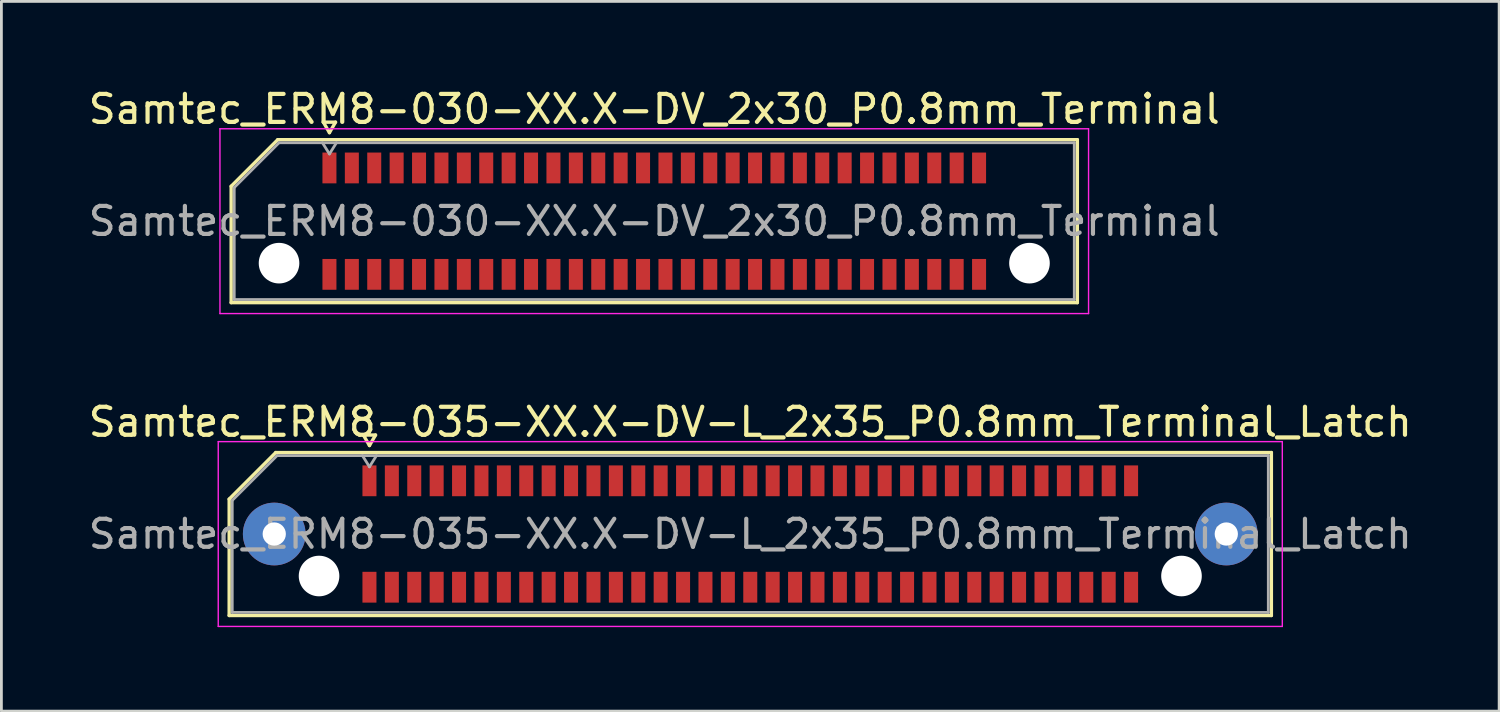
<source format=kicad_pcb>
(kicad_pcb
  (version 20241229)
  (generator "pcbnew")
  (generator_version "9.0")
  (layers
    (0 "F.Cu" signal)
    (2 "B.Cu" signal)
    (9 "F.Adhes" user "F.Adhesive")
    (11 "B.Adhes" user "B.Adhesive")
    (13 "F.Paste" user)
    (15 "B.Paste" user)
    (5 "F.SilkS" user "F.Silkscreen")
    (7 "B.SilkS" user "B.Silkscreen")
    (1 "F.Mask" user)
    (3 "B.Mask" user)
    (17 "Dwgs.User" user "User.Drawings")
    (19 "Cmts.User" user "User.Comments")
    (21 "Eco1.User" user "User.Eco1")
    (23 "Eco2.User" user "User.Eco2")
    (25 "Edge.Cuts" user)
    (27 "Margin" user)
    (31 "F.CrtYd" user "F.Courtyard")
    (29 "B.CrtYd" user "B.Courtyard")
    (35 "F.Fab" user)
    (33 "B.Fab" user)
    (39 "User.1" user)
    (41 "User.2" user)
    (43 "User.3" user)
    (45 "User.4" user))
  (footprint "Samtec_ERM8-030-XX.X-DV_2x30_P0.8mm_Terminal"
    (layer "F.Cu")
    (at 20.315 4.848)
    (property "Reference" "Samtec_ERM8-030-XX.X-DV_2x30_P0.8mm_Terminal" (at 0 -4 0) (layer "F.SilkS") (effects (font (size 1 1) (thickness 0.15))))
    (attr smd)
    (fp_line (start -15.11 -1.246) (end -13.446 -2.91) (stroke (width 0.12) (type solid)) (layer "F.SilkS"))
    (fp_line (start -15.11 2.91) (end -15.11 -1.246) (stroke (width 0.12) (type solid)) (layer "F.SilkS"))
    (fp_line (start -13.446 -2.91) (end 15.11 -2.91) (stroke (width 0.12) (type solid)) (layer "F.SilkS"))
    (fp_line (start -11.817 -3.535) (end -11.6 -3.16) (stroke (width 0.12) (type solid)) (layer "F.SilkS"))
    (fp_line (start -11.6 -3.16) (end -11.383 -3.535) (stroke (width 0.12) (type solid)) (layer "F.SilkS"))
    (fp_line (start -11.383 -3.535) (end -11.817 -3.535) (stroke (width 0.12) (type solid)) (layer "F.SilkS"))
    (fp_line (start 15.11 -2.91) (end 15.11 2.91) (stroke (width 0.12) (type solid)) (layer "F.SilkS"))
    (fp_line (start 15.11 2.91) (end -15.11 2.91) (stroke (width 0.12) (type solid)) (layer "F.SilkS"))
    (fp_line (start -15.51 -3.3) (end -15.51 3.3) (stroke (width 0.05) (type solid)) (layer "F.CrtYd"))
    (fp_line (start -15.51 3.3) (end 15.51 3.3) (stroke (width 0.05) (type solid)) (layer "F.CrtYd"))
    (fp_line (start 15.51 -3.3) (end -15.51 -3.3) (stroke (width 0.05) (type solid)) (layer "F.CrtYd"))
    (fp_line (start 15.51 3.3) (end 15.51 -3.3) (stroke (width 0.05) (type solid)) (layer "F.CrtYd"))
    (fp_line (start -15 -1.2) (end -13.4 -2.8) (stroke (width 0.1) (type solid)) (layer "F.Fab"))
    (fp_line (start -15 2.8) (end -15 -1.2) (stroke (width 0.1) (type solid)) (layer "F.Fab"))
    (fp_line (start -13.4 -2.8) (end 15 -2.8) (stroke (width 0.1) (type solid)) (layer "F.Fab"))
    (fp_line (start -11.6 -2.4) (end -11.85 -2.8) (stroke (width 0.1) (type solid)) (layer "F.Fab"))
    (fp_line (start -11.6 -2.4) (end -11.35 -2.8) (stroke (width 0.1) (type solid)) (layer "F.Fab"))
    (fp_line (start 15 -2.8) (end 15 2.8) (stroke (width 0.1) (type solid)) (layer "F.Fab"))
    (fp_line (start 15 2.8) (end -15 2.8) (stroke (width 0.1) (type solid)) (layer "F.Fab"))
    (fp_text user "${REFERENCE}" (at 0 0 0) (layer "F.Fab") (effects (font (size 1 1) (thickness 0.15))))
    (pad "" np_thru_hole circle (at -13.4 1.5) (size 1.45 1.45) (drill 1.45) (layers "*.Cu" "*.Mask"))
    (pad "" np_thru_hole circle (at 13.4 1.5) (size 1.45 1.45) (drill 1.45) (layers "*.Cu" "*.Mask"))
    (pad "1" smd rect (at -11.6 -1.9) (size 0.5 1.1) (layers "F.Cu" "F.Mask" "F.Paste"))
    (pad "2" smd rect (at -11.6 1.9) (size 0.5 1.1) (layers "F.Cu" "F.Mask" "F.Paste"))
    (pad "3" smd rect (at -10.8 -1.9) (size 0.5 1.1) (layers "F.Cu" "F.Mask" "F.Paste"))
    (pad "4" smd rect (at -10.8 1.9) (size 0.5 1.1) (layers "F.Cu" "F.Mask" "F.Paste"))
    (pad "5" smd rect (at -10 -1.9) (size 0.5 1.1) (layers "F.Cu" "F.Mask" "F.Paste"))
    (pad "6" smd rect (at -10 1.9) (size 0.5 1.1) (layers "F.Cu" "F.Mask" "F.Paste"))
    (pad "7" smd rect (at -9.2 -1.9) (size 0.5 1.1) (layers "F.Cu" "F.Mask" "F.Paste"))
    (pad "8" smd rect (at -9.2 1.9) (size 0.5 1.1) (layers "F.Cu" "F.Mask" "F.Paste"))
    (pad "9" smd rect (at -8.4 -1.9) (size 0.5 1.1) (layers "F.Cu" "F.Mask" "F.Paste"))
    (pad "10" smd rect (at -8.4 1.9) (size 0.5 1.1) (layers "F.Cu" "F.Mask" "F.Paste"))
    (pad "11" smd rect (at -7.6 -1.9) (size 0.5 1.1) (layers "F.Cu" "F.Mask" "F.Paste"))
    (pad "12" smd rect (at -7.6 1.9) (size 0.5 1.1) (layers "F.Cu" "F.Mask" "F.Paste"))
    (pad "13" smd rect (at -6.8 -1.9) (size 0.5 1.1) (layers "F.Cu" "F.Mask" "F.Paste"))
    (pad "14" smd rect (at -6.8 1.9) (size 0.5 1.1) (layers "F.Cu" "F.Mask" "F.Paste"))
    (pad "15" smd rect (at -6 -1.9) (size 0.5 1.1) (layers "F.Cu" "F.Mask" "F.Paste"))
    (pad "16" smd rect (at -6 1.9) (size 0.5 1.1) (layers "F.Cu" "F.Mask" "F.Paste"))
    (pad "17" smd rect (at -5.2 -1.9) (size 0.5 1.1) (layers "F.Cu" "F.Mask" "F.Paste"))
    (pad "18" smd rect (at -5.2 1.9) (size 0.5 1.1) (layers "F.Cu" "F.Mask" "F.Paste"))
    (pad "19" smd rect (at -4.4 -1.9) (size 0.5 1.1) (layers "F.Cu" "F.Mask" "F.Paste"))
    (pad "20" smd rect (at -4.4 1.9) (size 0.5 1.1) (layers "F.Cu" "F.Mask" "F.Paste"))
    (pad "21" smd rect (at -3.6 -1.9) (size 0.5 1.1) (layers "F.Cu" "F.Mask" "F.Paste"))
    (pad "22" smd rect (at -3.6 1.9) (size 0.5 1.1) (layers "F.Cu" "F.Mask" "F.Paste"))
    (pad "23" smd rect (at -2.8 -1.9) (size 0.5 1.1) (layers "F.Cu" "F.Mask" "F.Paste"))
    (pad "24" smd rect (at -2.8 1.9) (size 0.5 1.1) (layers "F.Cu" "F.Mask" "F.Paste"))
    (pad "25" smd rect (at -2 -1.9) (size 0.5 1.1) (layers "F.Cu" "F.Mask" "F.Paste"))
    (pad "26" smd rect (at -2 1.9) (size 0.5 1.1) (layers "F.Cu" "F.Mask" "F.Paste"))
    (pad "27" smd rect (at -1.2 -1.9) (size 0.5 1.1) (layers "F.Cu" "F.Mask" "F.Paste"))
    (pad "28" smd rect (at -1.2 1.9) (size 0.5 1.1) (layers "F.Cu" "F.Mask" "F.Paste"))
    (pad "29" smd rect (at -0.4 -1.9) (size 0.5 1.1) (layers "F.Cu" "F.Mask" "F.Paste"))
    (pad "30" smd rect (at -0.4 1.9) (size 0.5 1.1) (layers "F.Cu" "F.Mask" "F.Paste"))
    (pad "31" smd rect (at 0.4 -1.9) (size 0.5 1.1) (layers "F.Cu" "F.Mask" "F.Paste"))
    (pad "32" smd rect (at 0.4 1.9) (size 0.5 1.1) (layers "F.Cu" "F.Mask" "F.Paste"))
    (pad "33" smd rect (at 1.2 -1.9) (size 0.5 1.1) (layers "F.Cu" "F.Mask" "F.Paste"))
    (pad "34" smd rect (at 1.2 1.9) (size 0.5 1.1) (layers "F.Cu" "F.Mask" "F.Paste"))
    (pad "35" smd rect (at 2 -1.9) (size 0.5 1.1) (layers "F.Cu" "F.Mask" "F.Paste"))
    (pad "36" smd rect (at 2 1.9) (size 0.5 1.1) (layers "F.Cu" "F.Mask" "F.Paste"))
    (pad "37" smd rect (at 2.8 -1.9) (size 0.5 1.1) (layers "F.Cu" "F.Mask" "F.Paste"))
    (pad "38" smd rect (at 2.8 1.9) (size 0.5 1.1) (layers "F.Cu" "F.Mask" "F.Paste"))
    (pad "39" smd rect (at 3.6 -1.9) (size 0.5 1.1) (layers "F.Cu" "F.Mask" "F.Paste"))
    (pad "40" smd rect (at 3.6 1.9) (size 0.5 1.1) (layers "F.Cu" "F.Mask" "F.Paste"))
    (pad "41" smd rect (at 4.4 -1.9) (size 0.5 1.1) (layers "F.Cu" "F.Mask" "F.Paste"))
    (pad "42" smd rect (at 4.4 1.9) (size 0.5 1.1) (layers "F.Cu" "F.Mask" "F.Paste"))
    (pad "43" smd rect (at 5.2 -1.9) (size 0.5 1.1) (layers "F.Cu" "F.Mask" "F.Paste"))
    (pad "44" smd rect (at 5.2 1.9) (size 0.5 1.1) (layers "F.Cu" "F.Mask" "F.Paste"))
    (pad "45" smd rect (at 6 -1.9) (size 0.5 1.1) (layers "F.Cu" "F.Mask" "F.Paste"))
    (pad "46" smd rect (at 6 1.9) (size 0.5 1.1) (layers "F.Cu" "F.Mask" "F.Paste"))
    (pad "47" smd rect (at 6.8 -1.9) (size 0.5 1.1) (layers "F.Cu" "F.Mask" "F.Paste"))
    (pad "48" smd rect (at 6.8 1.9) (size 0.5 1.1) (layers "F.Cu" "F.Mask" "F.Paste"))
    (pad "49" smd rect (at 7.6 -1.9) (size 0.5 1.1) (layers "F.Cu" "F.Mask" "F.Paste"))
    (pad "50" smd rect (at 7.6 1.9) (size 0.5 1.1) (layers "F.Cu" "F.Mask" "F.Paste"))
    (pad "51" smd rect (at 8.4 -1.9) (size 0.5 1.1) (layers "F.Cu" "F.Mask" "F.Paste"))
    (pad "52" smd rect (at 8.4 1.9) (size 0.5 1.1) (layers "F.Cu" "F.Mask" "F.Paste"))
    (pad "53" smd rect (at 9.2 -1.9) (size 0.5 1.1) (layers "F.Cu" "F.Mask" "F.Paste"))
    (pad "54" smd rect (at 9.2 1.9) (size 0.5 1.1) (layers "F.Cu" "F.Mask" "F.Paste"))
    (pad "55" smd rect (at 10 -1.9) (size 0.5 1.1) (layers "F.Cu" "F.Mask" "F.Paste"))
    (pad "56" smd rect (at 10 1.9) (size 0.5 1.1) (layers "F.Cu" "F.Mask" "F.Paste"))
    (pad "57" smd rect (at 10.8 -1.9) (size 0.5 1.1) (layers "F.Cu" "F.Mask" "F.Paste"))
    (pad "58" smd rect (at 10.8 1.9) (size 0.5 1.1) (layers "F.Cu" "F.Mask" "F.Paste"))
    (pad "59" smd rect (at 11.6 -1.9) (size 0.5 1.1) (layers "F.Cu" "F.Mask" "F.Paste"))
    (pad "60" smd rect (at 11.6 1.9) (size 0.5 1.1) (layers "F.Cu" "F.Mask" "F.Paste")))
  (footprint "Samtec_ERM8-035-XX.X-DV-L_2x35_P0.8mm_Terminal_Latch"
    (layer "F.Cu")
    (at 23.744 16.021)
    (property "Reference" "Samtec_ERM8-035-XX.X-DV-L_2x35_P0.8mm_Terminal_Latch" (at 0 -4 0) (layer "F.SilkS") (effects (font (size 1 1) (thickness 0.15))))
    (attr smd)
    (fp_line (start -18.61 -1.246) (end -16.946 -2.91) (stroke (width 0.12) (type solid)) (layer "F.SilkS"))
    (fp_line (start -18.61 2.91) (end -18.61 -1.246) (stroke (width 0.12) (type solid)) (layer "F.SilkS"))
    (fp_line (start -16.946 -2.91) (end 18.61 -2.91) (stroke (width 0.12) (type solid)) (layer "F.SilkS"))
    (fp_line (start -13.817 -3.535) (end -13.6 -3.16) (stroke (width 0.12) (type solid)) (layer "F.SilkS"))
    (fp_line (start -13.6 -3.16) (end -13.383 -3.535) (stroke (width 0.12) (type solid)) (layer "F.SilkS"))
    (fp_line (start -13.383 -3.535) (end -13.817 -3.535) (stroke (width 0.12) (type solid)) (layer "F.SilkS"))
    (fp_line (start 18.61 -2.91) (end 18.61 2.91) (stroke (width 0.12) (type solid)) (layer "F.SilkS"))
    (fp_line (start 18.61 2.91) (end -18.61 2.91) (stroke (width 0.12) (type solid)) (layer "F.SilkS"))
    (fp_line (start -19 -3.3) (end -19 3.3) (stroke (width 0.05) (type solid)) (layer "F.CrtYd"))
    (fp_line (start -19 3.3) (end 19 3.3) (stroke (width 0.05) (type solid)) (layer "F.CrtYd"))
    (fp_line (start 19 -3.3) (end -19 -3.3) (stroke (width 0.05) (type solid)) (layer "F.CrtYd"))
    (fp_line (start 19 3.3) (end 19 -3.3) (stroke (width 0.05) (type solid)) (layer "F.CrtYd"))
    (fp_line (start -18.5 -1.2) (end -16.9 -2.8) (stroke (width 0.1) (type solid)) (layer "F.Fab"))
    (fp_line (start -18.5 2.8) (end -18.5 -1.2) (stroke (width 0.1) (type solid)) (layer "F.Fab"))
    (fp_line (start -16.9 -2.8) (end 18.5 -2.8) (stroke (width 0.1) (type solid)) (layer "F.Fab"))
    (fp_line (start -13.6 -2.4) (end -13.85 -2.8) (stroke (width 0.1) (type solid)) (layer "F.Fab"))
    (fp_line (start -13.6 -2.4) (end -13.35 -2.8) (stroke (width 0.1) (type solid)) (layer "F.Fab"))
    (fp_line (start 18.5 -2.8) (end 18.5 2.8) (stroke (width 0.1) (type solid)) (layer "F.Fab"))
    (fp_line (start 18.5 2.8) (end -18.5 2.8) (stroke (width 0.1) (type solid)) (layer "F.Fab"))
    (fp_text user "${REFERENCE}" (at 0 0 0) (layer "F.Fab") (effects (font (size 1 1) (thickness 0.15))))
    (pad "" thru_hole circle (at -17 0) (size 2.24 2.24) (drill 0.83) (layers "*.Cu" "*.Mask" "F.Paste"))
    (pad "" np_thru_hole circle (at -15.4 1.5) (size 1.45 1.45) (drill 1.45) (layers "*.Cu" "*.Mask"))
    (pad "" np_thru_hole circle (at 15.4 1.5) (size 1.45 1.45) (drill 1.45) (layers "*.Cu" "*.Mask"))
    (pad "" thru_hole circle (at 17 0) (size 2.24 2.24) (drill 0.83) (layers "*.Cu" "*.Mask" "F.Paste"))
    (pad "1" smd rect (at -13.6 -1.9) (size 0.5 1.1) (layers "F.Cu" "F.Mask" "F.Paste"))
    (pad "2" smd rect (at -13.6 1.9) (size 0.5 1.1) (layers "F.Cu" "F.Mask" "F.Paste"))
    (pad "3" smd rect (at -12.8 -1.9) (size 0.5 1.1) (layers "F.Cu" "F.Mask" "F.Paste"))
    (pad "4" smd rect (at -12.8 1.9) (size 0.5 1.1) (layers "F.Cu" "F.Mask" "F.Paste"))
    (pad "5" smd rect (at -12 -1.9) (size 0.5 1.1) (layers "F.Cu" "F.Mask" "F.Paste"))
    (pad "6" smd rect (at -12 1.9) (size 0.5 1.1) (layers "F.Cu" "F.Mask" "F.Paste"))
    (pad "7" smd rect (at -11.2 -1.9) (size 0.5 1.1) (layers "F.Cu" "F.Mask" "F.Paste"))
    (pad "8" smd rect (at -11.2 1.9) (size 0.5 1.1) (layers "F.Cu" "F.Mask" "F.Paste"))
    (pad "9" smd rect (at -10.4 -1.9) (size 0.5 1.1) (layers "F.Cu" "F.Mask" "F.Paste"))
    (pad "10" smd rect (at -10.4 1.9) (size 0.5 1.1) (layers "F.Cu" "F.Mask" "F.Paste"))
    (pad "11" smd rect (at -9.6 -1.9) (size 0.5 1.1) (layers "F.Cu" "F.Mask" "F.Paste"))
    (pad "12" smd rect (at -9.6 1.9) (size 0.5 1.1) (layers "F.Cu" "F.Mask" "F.Paste"))
    (pad "13" smd rect (at -8.8 -1.9) (size 0.5 1.1) (layers "F.Cu" "F.Mask" "F.Paste"))
    (pad "14" smd rect (at -8.8 1.9) (size 0.5 1.1) (layers "F.Cu" "F.Mask" "F.Paste"))
    (pad "15" smd rect (at -8 -1.9) (size 0.5 1.1) (layers "F.Cu" "F.Mask" "F.Paste"))
    (pad "16" smd rect (at -8 1.9) (size 0.5 1.1) (layers "F.Cu" "F.Mask" "F.Paste"))
    (pad "17" smd rect (at -7.2 -1.9) (size 0.5 1.1) (layers "F.Cu" "F.Mask" "F.Paste"))
    (pad "18" smd rect (at -7.2 1.9) (size 0.5 1.1) (layers "F.Cu" "F.Mask" "F.Paste"))
    (pad "19" smd rect (at -6.4 -1.9) (size 0.5 1.1) (layers "F.Cu" "F.Mask" "F.Paste"))
    (pad "20" smd rect (at -6.4 1.9) (size 0.5 1.1) (layers "F.Cu" "F.Mask" "F.Paste"))
    (pad "21" smd rect (at -5.6 -1.9) (size 0.5 1.1) (layers "F.Cu" "F.Mask" "F.Paste"))
    (pad "22" smd rect (at -5.6 1.9) (size 0.5 1.1) (layers "F.Cu" "F.Mask" "F.Paste"))
    (pad "23" smd rect (at -4.8 -1.9) (size 0.5 1.1) (layers "F.Cu" "F.Mask" "F.Paste"))
    (pad "24" smd rect (at -4.8 1.9) (size 0.5 1.1) (layers "F.Cu" "F.Mask" "F.Paste"))
    (pad "25" smd rect (at -4 -1.9) (size 0.5 1.1) (layers "F.Cu" "F.Mask" "F.Paste"))
    (pad "26" smd rect (at -4 1.9) (size 0.5 1.1) (layers "F.Cu" "F.Mask" "F.Paste"))
    (pad "27" smd rect (at -3.2 -1.9) (size 0.5 1.1) (layers "F.Cu" "F.Mask" "F.Paste"))
    (pad "28" smd rect (at -3.2 1.9) (size 0.5 1.1) (layers "F.Cu" "F.Mask" "F.Paste"))
    (pad "29" smd rect (at -2.4 -1.9) (size 0.5 1.1) (layers "F.Cu" "F.Mask" "F.Paste"))
    (pad "30" smd rect (at -2.4 1.9) (size 0.5 1.1) (layers "F.Cu" "F.Mask" "F.Paste"))
    (pad "31" smd rect (at -1.6 -1.9) (size 0.5 1.1) (layers "F.Cu" "F.Mask" "F.Paste"))
    (pad "32" smd rect (at -1.6 1.9) (size 0.5 1.1) (layers "F.Cu" "F.Mask" "F.Paste"))
    (pad "33" smd rect (at -0.8 -1.9) (size 0.5 1.1) (layers "F.Cu" "F.Mask" "F.Paste"))
    (pad "34" smd rect (at -0.8 1.9) (size 0.5 1.1) (layers "F.Cu" "F.Mask" "F.Paste"))
    (pad "35" smd rect (at 0 -1.9) (size 0.5 1.1) (layers "F.Cu" "F.Mask" "F.Paste"))
    (pad "36" smd rect (at 0 1.9) (size 0.5 1.1) (layers "F.Cu" "F.Mask" "F.Paste"))
    (pad "37" smd rect (at 0.8 -1.9) (size 0.5 1.1) (layers "F.Cu" "F.Mask" "F.Paste"))
    (pad "38" smd rect (at 0.8 1.9) (size 0.5 1.1) (layers "F.Cu" "F.Mask" "F.Paste"))
    (pad "39" smd rect (at 1.6 -1.9) (size 0.5 1.1) (layers "F.Cu" "F.Mask" "F.Paste"))
    (pad "40" smd rect (at 1.6 1.9) (size 0.5 1.1) (layers "F.Cu" "F.Mask" "F.Paste"))
    (pad "41" smd rect (at 2.4 -1.9) (size 0.5 1.1) (layers "F.Cu" "F.Mask" "F.Paste"))
    (pad "42" smd rect (at 2.4 1.9) (size 0.5 1.1) (layers "F.Cu" "F.Mask" "F.Paste"))
    (pad "43" smd rect (at 3.2 -1.9) (size 0.5 1.1) (layers "F.Cu" "F.Mask" "F.Paste"))
    (pad "44" smd rect (at 3.2 1.9) (size 0.5 1.1) (layers "F.Cu" "F.Mask" "F.Paste"))
    (pad "45" smd rect (at 4 -1.9) (size 0.5 1.1) (layers "F.Cu" "F.Mask" "F.Paste"))
    (pad "46" smd rect (at 4 1.9) (size 0.5 1.1) (layers "F.Cu" "F.Mask" "F.Paste"))
    (pad "47" smd rect (at 4.8 -1.9) (size 0.5 1.1) (layers "F.Cu" "F.Mask" "F.Paste"))
    (pad "48" smd rect (at 4.8 1.9) (size 0.5 1.1) (layers "F.Cu" "F.Mask" "F.Paste"))
    (pad "49" smd rect (at 5.6 -1.9) (size 0.5 1.1) (layers "F.Cu" "F.Mask" "F.Paste"))
    (pad "50" smd rect (at 5.6 1.9) (size 0.5 1.1) (layers "F.Cu" "F.Mask" "F.Paste"))
    (pad "51" smd rect (at 6.4 -1.9) (size 0.5 1.1) (layers "F.Cu" "F.Mask" "F.Paste"))
    (pad "52" smd rect (at 6.4 1.9) (size 0.5 1.1) (layers "F.Cu" "F.Mask" "F.Paste"))
    (pad "53" smd rect (at 7.2 -1.9) (size 0.5 1.1) (layers "F.Cu" "F.Mask" "F.Paste"))
    (pad "54" smd rect (at 7.2 1.9) (size 0.5 1.1) (layers "F.Cu" "F.Mask" "F.Paste"))
    (pad "55" smd rect (at 8 -1.9) (size 0.5 1.1) (layers "F.Cu" "F.Mask" "F.Paste"))
    (pad "56" smd rect (at 8 1.9) (size 0.5 1.1) (layers "F.Cu" "F.Mask" "F.Paste"))
    (pad "57" smd rect (at 8.8 -1.9) (size 0.5 1.1) (layers "F.Cu" "F.Mask" "F.Paste"))
    (pad "58" smd rect (at 8.8 1.9) (size 0.5 1.1) (layers "F.Cu" "F.Mask" "F.Paste"))
    (pad "59" smd rect (at 9.6 -1.9) (size 0.5 1.1) (layers "F.Cu" "F.Mask" "F.Paste"))
    (pad "60" smd rect (at 9.6 1.9) (size 0.5 1.1) (layers "F.Cu" "F.Mask" "F.Paste"))
    (pad "61" smd rect (at 10.4 -1.9) (size 0.5 1.1) (layers "F.Cu" "F.Mask" "F.Paste"))
    (pad "62" smd rect (at 10.4 1.9) (size 0.5 1.1) (layers "F.Cu" "F.Mask" "F.Paste"))
    (pad "63" smd rect (at 11.2 -1.9) (size 0.5 1.1) (layers "F.Cu" "F.Mask" "F.Paste"))
    (pad "64" smd rect (at 11.2 1.9) (size 0.5 1.1) (layers "F.Cu" "F.Mask" "F.Paste"))
    (pad "65" smd rect (at 12 -1.9) (size 0.5 1.1) (layers "F.Cu" "F.Mask" "F.Paste"))
    (pad "66" smd rect (at 12 1.9) (size 0.5 1.1) (layers "F.Cu" "F.Mask" "F.Paste"))
    (pad "67" smd rect (at 12.8 -1.9) (size 0.5 1.1) (layers "F.Cu" "F.Mask" "F.Paste"))
    (pad "68" smd rect (at 12.8 1.9) (size 0.5 1.1) (layers "F.Cu" "F.Mask" "F.Paste"))
    (pad "69" smd rect (at 13.6 -1.9) (size 0.5 1.1) (layers "F.Cu" "F.Mask" "F.Paste"))
    (pad "70" smd rect (at 13.6 1.9) (size 0.5 1.1) (layers "F.Cu" "F.Mask" "F.Paste")))
  (gr_rect
    (start -3 -3)
    (end 50.488 22.346)
    (stroke (width 0.1) (type default))
    (fill no)
    (layer "Edge.Cuts")))
</source>
